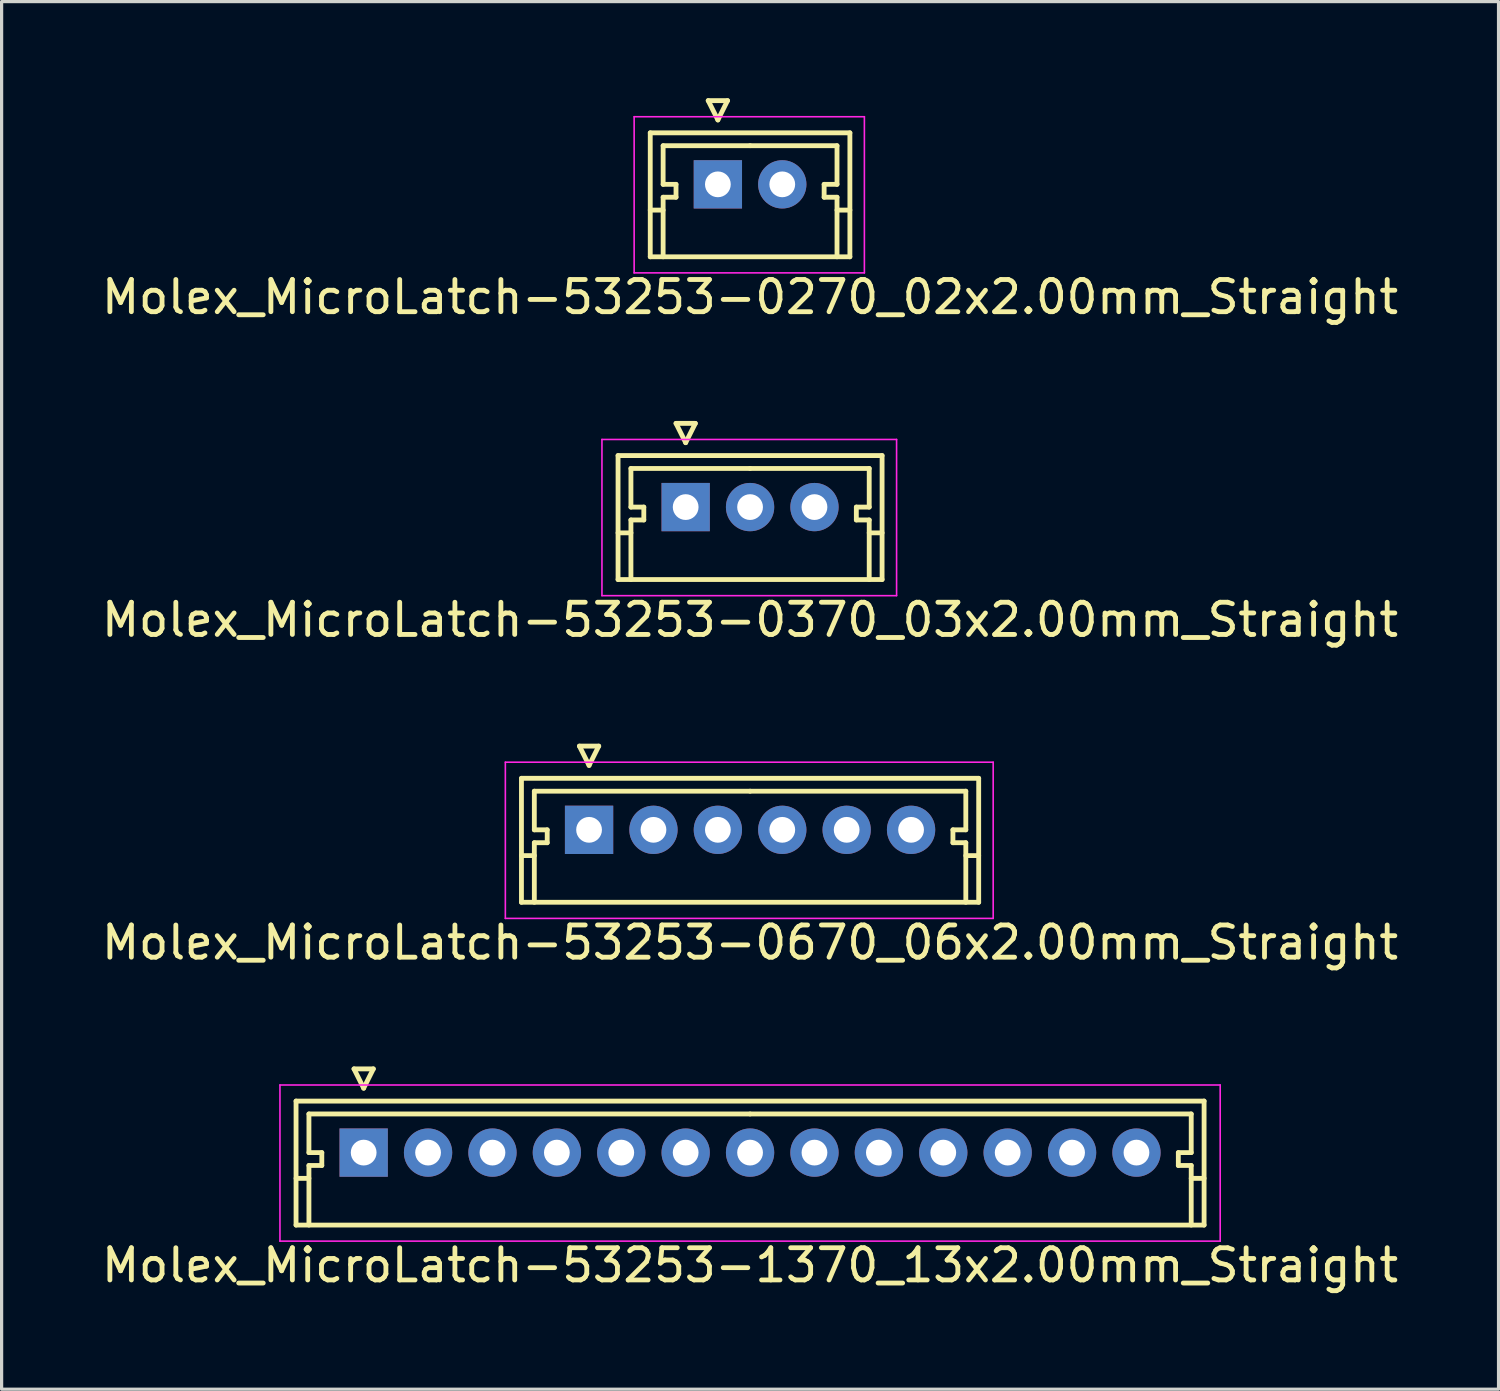
<source format=kicad_pcb>
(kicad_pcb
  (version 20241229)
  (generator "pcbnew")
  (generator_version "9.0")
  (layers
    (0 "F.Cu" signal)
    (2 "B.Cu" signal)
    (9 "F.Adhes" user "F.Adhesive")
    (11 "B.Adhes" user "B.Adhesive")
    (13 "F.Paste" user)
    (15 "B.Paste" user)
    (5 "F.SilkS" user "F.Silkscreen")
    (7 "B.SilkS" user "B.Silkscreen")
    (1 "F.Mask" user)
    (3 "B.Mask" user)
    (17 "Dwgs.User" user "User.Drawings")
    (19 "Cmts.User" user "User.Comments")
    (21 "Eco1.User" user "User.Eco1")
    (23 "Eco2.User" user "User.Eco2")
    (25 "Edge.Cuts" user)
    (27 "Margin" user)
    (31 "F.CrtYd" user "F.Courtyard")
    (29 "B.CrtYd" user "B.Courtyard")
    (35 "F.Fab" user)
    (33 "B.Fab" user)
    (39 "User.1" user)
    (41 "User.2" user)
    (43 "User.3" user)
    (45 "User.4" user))
  (footprint "Molex_MicroLatch-53253-0370_03x2.00mm_Straight"
    (layer "F.Cu")
    (at 18.244 12.698)
    (property "Reference" "Molex_MicroLatch-53253-0370_03x2.00mm_Straight" (at 2 3.5 0) (layer "F.SilkS") (effects (font (size 1 1) (thickness 0.15))))
    (attr through_hole)
    (fp_line (start -2.1 -1.6) (end -2.1 2.25) (stroke (width 0.15) (type solid)) (layer "F.SilkS"))
    (fp_line (start -2.1 0.8) (end -1.7 0.8) (stroke (width 0.15) (type solid)) (layer "F.SilkS"))
    (fp_line (start -2.1 2.25) (end 6.1 2.25) (stroke (width 0.15) (type solid)) (layer "F.SilkS"))
    (fp_line (start -1.7 -1.2) (end -1.7 0) (stroke (width 0.15) (type solid)) (layer "F.SilkS"))
    (fp_line (start -1.7 0) (end -1.3 0) (stroke (width 0.15) (type solid)) (layer "F.SilkS"))
    (fp_line (start -1.7 0.4) (end -1.7 2.25) (stroke (width 0.15) (type solid)) (layer "F.SilkS"))
    (fp_line (start -1.3 0) (end -1.3 0.4) (stroke (width 0.15) (type solid)) (layer "F.SilkS"))
    (fp_line (start -1.3 0.4) (end -1.7 0.4) (stroke (width 0.15) (type solid)) (layer "F.SilkS"))
    (fp_line (start -0.3 -2.6) (end 0.3 -2.6) (stroke (width 0.15) (type solid)) (layer "F.SilkS"))
    (fp_line (start 0 -2) (end -0.3 -2.6) (stroke (width 0.15) (type solid)) (layer "F.SilkS"))
    (fp_line (start 0.3 -2.6) (end 0 -2) (stroke (width 0.15) (type solid)) (layer "F.SilkS"))
    (fp_line (start 2 -1.2) (end -1.7 -1.2) (stroke (width 0.15) (type solid)) (layer "F.SilkS"))
    (fp_line (start 2 -1.2) (end 5.7 -1.2) (stroke (width 0.15) (type solid)) (layer "F.SilkS"))
    (fp_line (start 5.3 0) (end 5.3 0.4) (stroke (width 0.15) (type solid)) (layer "F.SilkS"))
    (fp_line (start 5.3 0.4) (end 5.7 0.4) (stroke (width 0.15) (type solid)) (layer "F.SilkS"))
    (fp_line (start 5.7 -1.2) (end 5.7 0) (stroke (width 0.15) (type solid)) (layer "F.SilkS"))
    (fp_line (start 5.7 0) (end 5.3 0) (stroke (width 0.15) (type solid)) (layer "F.SilkS"))
    (fp_line (start 5.7 0.4) (end 5.7 2.25) (stroke (width 0.15) (type solid)) (layer "F.SilkS"))
    (fp_line (start 6.1 -1.6) (end -2.1 -1.6) (stroke (width 0.15) (type solid)) (layer "F.SilkS"))
    (fp_line (start 6.1 0.8) (end 5.7 0.8) (stroke (width 0.15) (type solid)) (layer "F.SilkS"))
    (fp_line (start 6.1 2.25) (end 6.1 -1.6) (stroke (width 0.15) (type solid)) (layer "F.SilkS"))
    (fp_line (start -2.6 -2.1) (end -2.6 2.75) (stroke (width 0.05) (type solid)) (layer "F.CrtYd"))
    (fp_line (start -2.6 2.75) (end 6.55 2.75) (stroke (width 0.05) (type solid)) (layer "F.CrtYd"))
    (fp_line (start 6.55 -2.1) (end -2.6 -2.1) (stroke (width 0.05) (type solid)) (layer "F.CrtYd"))
    (fp_line (start 6.55 2.75) (end 6.55 -2.1) (stroke (width 0.05) (type solid)) (layer "F.CrtYd"))
    (pad "1" thru_hole rect (at 0 0) (size 1.5 1.5) (drill 0.8) (layers "*.Cu" "*.Mask"))
    (pad "2" thru_hole circle (at 2 0) (size 1.5 1.5) (drill 0.8) (layers "*.Cu" "*.Mask"))
    (pad "3" thru_hole circle (at 4 0) (size 1.5 1.5) (drill 0.8) (layers "*.Cu" "*.Mask")))
  (footprint "Molex_MicroLatch-53253-0670_06x2.00mm_Straight"
    (layer "F.Cu")
    (at 15.244 22.721)
    (property "Reference" "Molex_MicroLatch-53253-0670_06x2.00mm_Straight" (at 5 3.5 0) (layer "F.SilkS") (effects (font (size 1 1) (thickness 0.15))))
    (attr through_hole)
    (fp_line (start -2.1 -1.6) (end -2.1 2.25) (stroke (width 0.15) (type solid)) (layer "F.SilkS"))
    (fp_line (start -2.1 0.8) (end -1.7 0.8) (stroke (width 0.15) (type solid)) (layer "F.SilkS"))
    (fp_line (start -2.1 2.25) (end 12.1 2.25) (stroke (width 0.15) (type solid)) (layer "F.SilkS"))
    (fp_line (start -1.7 -1.2) (end -1.7 0) (stroke (width 0.15) (type solid)) (layer "F.SilkS"))
    (fp_line (start -1.7 0) (end -1.3 0) (stroke (width 0.15) (type solid)) (layer "F.SilkS"))
    (fp_line (start -1.7 0.4) (end -1.7 2.25) (stroke (width 0.15) (type solid)) (layer "F.SilkS"))
    (fp_line (start -1.3 0) (end -1.3 0.4) (stroke (width 0.15) (type solid)) (layer "F.SilkS"))
    (fp_line (start -1.3 0.4) (end -1.7 0.4) (stroke (width 0.15) (type solid)) (layer "F.SilkS"))
    (fp_line (start -0.3 -2.6) (end 0.3 -2.6) (stroke (width 0.15) (type solid)) (layer "F.SilkS"))
    (fp_line (start 0 -2) (end -0.3 -2.6) (stroke (width 0.15) (type solid)) (layer "F.SilkS"))
    (fp_line (start 0.3 -2.6) (end 0 -2) (stroke (width 0.15) (type solid)) (layer "F.SilkS"))
    (fp_line (start 5 -1.2) (end -1.7 -1.2) (stroke (width 0.15) (type solid)) (layer "F.SilkS"))
    (fp_line (start 5 -1.2) (end 11.7 -1.2) (stroke (width 0.15) (type solid)) (layer "F.SilkS"))
    (fp_line (start 11.3 0) (end 11.3 0.4) (stroke (width 0.15) (type solid)) (layer "F.SilkS"))
    (fp_line (start 11.3 0.4) (end 11.7 0.4) (stroke (width 0.15) (type solid)) (layer "F.SilkS"))
    (fp_line (start 11.7 -1.2) (end 11.7 0) (stroke (width 0.15) (type solid)) (layer "F.SilkS"))
    (fp_line (start 11.7 0) (end 11.3 0) (stroke (width 0.15) (type solid)) (layer "F.SilkS"))
    (fp_line (start 11.7 0.4) (end 11.7 2.25) (stroke (width 0.15) (type solid)) (layer "F.SilkS"))
    (fp_line (start 12.1 -1.6) (end -2.1 -1.6) (stroke (width 0.15) (type solid)) (layer "F.SilkS"))
    (fp_line (start 12.1 0.8) (end 11.7 0.8) (stroke (width 0.15) (type solid)) (layer "F.SilkS"))
    (fp_line (start 12.1 2.25) (end 12.1 -1.6) (stroke (width 0.15) (type solid)) (layer "F.SilkS"))
    (fp_line (start -2.6 -2.1) (end -2.6 2.75) (stroke (width 0.05) (type solid)) (layer "F.CrtYd"))
    (fp_line (start -2.6 2.75) (end 12.55 2.75) (stroke (width 0.05) (type solid)) (layer "F.CrtYd"))
    (fp_line (start 12.55 -2.1) (end -2.6 -2.1) (stroke (width 0.05) (type solid)) (layer "F.CrtYd"))
    (fp_line (start 12.55 2.75) (end 12.55 -2.1) (stroke (width 0.05) (type solid)) (layer "F.CrtYd"))
    (pad "1" thru_hole rect (at 0 0) (size 1.5 1.5) (drill 0.8) (layers "*.Cu" "*.Mask"))
    (pad "2" thru_hole circle (at 2 0) (size 1.5 1.5) (drill 0.8) (layers "*.Cu" "*.Mask"))
    (pad "3" thru_hole circle (at 4 0) (size 1.5 1.5) (drill 0.8) (layers "*.Cu" "*.Mask"))
    (pad "4" thru_hole circle (at 6 0) (size 1.5 1.5) (drill 0.8) (layers "*.Cu" "*.Mask"))
    (pad "5" thru_hole circle (at 8 0) (size 1.5 1.5) (drill 0.8) (layers "*.Cu" "*.Mask"))
    (pad "6" thru_hole circle (at 10 0) (size 1.5 1.5) (drill 0.8) (layers "*.Cu" "*.Mask")))
  (footprint "Molex_MicroLatch-53253-1370_13x2.00mm_Straight"
    (layer "F.Cu")
    (at 8.244 32.745)
    (property "Reference" "Molex_MicroLatch-53253-1370_13x2.00mm_Straight" (at 12 3.5 0) (layer "F.SilkS") (effects (font (size 1 1) (thickness 0.15))))
    (attr through_hole)
    (fp_line (start -2.1 -1.6) (end -2.1 2.25) (stroke (width 0.15) (type solid)) (layer "F.SilkS"))
    (fp_line (start -2.1 0.8) (end -1.7 0.8) (stroke (width 0.15) (type solid)) (layer "F.SilkS"))
    (fp_line (start -2.1 2.25) (end 26.1 2.25) (stroke (width 0.15) (type solid)) (layer "F.SilkS"))
    (fp_line (start -1.7 -1.2) (end -1.7 0) (stroke (width 0.15) (type solid)) (layer "F.SilkS"))
    (fp_line (start -1.7 0) (end -1.3 0) (stroke (width 0.15) (type solid)) (layer "F.SilkS"))
    (fp_line (start -1.7 0.4) (end -1.7 2.25) (stroke (width 0.15) (type solid)) (layer "F.SilkS"))
    (fp_line (start -1.3 0) (end -1.3 0.4) (stroke (width 0.15) (type solid)) (layer "F.SilkS"))
    (fp_line (start -1.3 0.4) (end -1.7 0.4) (stroke (width 0.15) (type solid)) (layer "F.SilkS"))
    (fp_line (start -0.3 -2.6) (end 0.3 -2.6) (stroke (width 0.15) (type solid)) (layer "F.SilkS"))
    (fp_line (start 0 -2) (end -0.3 -2.6) (stroke (width 0.15) (type solid)) (layer "F.SilkS"))
    (fp_line (start 0.3 -2.6) (end 0 -2) (stroke (width 0.15) (type solid)) (layer "F.SilkS"))
    (fp_line (start 12 -1.2) (end -1.7 -1.2) (stroke (width 0.15) (type solid)) (layer "F.SilkS"))
    (fp_line (start 12 -1.2) (end 25.7 -1.2) (stroke (width 0.15) (type solid)) (layer "F.SilkS"))
    (fp_line (start 25.3 0) (end 25.3 0.4) (stroke (width 0.15) (type solid)) (layer "F.SilkS"))
    (fp_line (start 25.3 0.4) (end 25.7 0.4) (stroke (width 0.15) (type solid)) (layer "F.SilkS"))
    (fp_line (start 25.7 -1.2) (end 25.7 0) (stroke (width 0.15) (type solid)) (layer "F.SilkS"))
    (fp_line (start 25.7 0) (end 25.3 0) (stroke (width 0.15) (type solid)) (layer "F.SilkS"))
    (fp_line (start 25.7 0.4) (end 25.7 2.25) (stroke (width 0.15) (type solid)) (layer "F.SilkS"))
    (fp_line (start 26.1 -1.6) (end -2.1 -1.6) (stroke (width 0.15) (type solid)) (layer "F.SilkS"))
    (fp_line (start 26.1 0.8) (end 25.7 0.8) (stroke (width 0.15) (type solid)) (layer "F.SilkS"))
    (fp_line (start 26.1 2.25) (end 26.1 -1.6) (stroke (width 0.15) (type solid)) (layer "F.SilkS"))
    (fp_line (start -2.6 -2.1) (end -2.6 2.75) (stroke (width 0.05) (type solid)) (layer "F.CrtYd"))
    (fp_line (start -2.6 2.75) (end 26.6 2.75) (stroke (width 0.05) (type solid)) (layer "F.CrtYd"))
    (fp_line (start 26.6 -2.1) (end -2.6 -2.1) (stroke (width 0.05) (type solid)) (layer "F.CrtYd"))
    (fp_line (start 26.6 2.75) (end 26.6 -2.1) (stroke (width 0.05) (type solid)) (layer "F.CrtYd"))
    (pad "1" thru_hole rect (at 0 0) (size 1.5 1.5) (drill 0.8) (layers "*.Cu" "*.Mask"))
    (pad "2" thru_hole circle (at 2 0) (size 1.5 1.5) (drill 0.8) (layers "*.Cu" "*.Mask"))
    (pad "3" thru_hole circle (at 4 0) (size 1.5 1.5) (drill 0.8) (layers "*.Cu" "*.Mask"))
    (pad "4" thru_hole circle (at 6 0) (size 1.5 1.5) (drill 0.8) (layers "*.Cu" "*.Mask"))
    (pad "5" thru_hole circle (at 8 0) (size 1.5 1.5) (drill 0.8) (layers "*.Cu" "*.Mask"))
    (pad "6" thru_hole circle (at 10 0) (size 1.5 1.5) (drill 0.8) (layers "*.Cu" "*.Mask"))
    (pad "7" thru_hole circle (at 12 0) (size 1.5 1.5) (drill 0.8) (layers "*.Cu" "*.Mask"))
    (pad "8" thru_hole circle (at 14 0) (size 1.5 1.5) (drill 0.8) (layers "*.Cu" "*.Mask"))
    (pad "9" thru_hole circle (at 16 0) (size 1.5 1.5) (drill 0.8) (layers "*.Cu" "*.Mask"))
    (pad "10" thru_hole circle (at 18 0) (size 1.5 1.5) (drill 0.8) (layers "*.Cu" "*.Mask"))
    (pad "11" thru_hole circle (at 20 0) (size 1.5 1.5) (drill 0.8) (layers "*.Cu" "*.Mask"))
    (pad "12" thru_hole circle (at 22 0) (size 1.5 1.5) (drill 0.8) (layers "*.Cu" "*.Mask"))
    (pad "13" thru_hole circle (at 24 0) (size 1.5 1.5) (drill 0.8) (layers "*.Cu" "*.Mask")))
  (footprint "Molex_MicroLatch-53253-0270_02x2.00mm_Straight"
    (layer "F.Cu")
    (at 19.244 2.675)
    (property "Reference" "Molex_MicroLatch-53253-0270_02x2.00mm_Straight" (at 1 3.5 0) (layer "F.SilkS") (effects (font (size 1 1) (thickness 0.15))))
    (attr through_hole)
    (fp_line (start -2.1 -1.6) (end -2.1 2.25) (stroke (width 0.15) (type solid)) (layer "F.SilkS"))
    (fp_line (start -2.1 0.8) (end -1.7 0.8) (stroke (width 0.15) (type solid)) (layer "F.SilkS"))
    (fp_line (start -2.1 2.25) (end 4.1 2.25) (stroke (width 0.15) (type solid)) (layer "F.SilkS"))
    (fp_line (start -1.7 -1.2) (end -1.7 0) (stroke (width 0.15) (type solid)) (layer "F.SilkS"))
    (fp_line (start -1.7 0) (end -1.3 0) (stroke (width 0.15) (type solid)) (layer "F.SilkS"))
    (fp_line (start -1.7 0.4) (end -1.7 2.25) (stroke (width 0.15) (type solid)) (layer "F.SilkS"))
    (fp_line (start -1.3 0) (end -1.3 0.4) (stroke (width 0.15) (type solid)) (layer "F.SilkS"))
    (fp_line (start -1.3 0.4) (end -1.7 0.4) (stroke (width 0.15) (type solid)) (layer "F.SilkS"))
    (fp_line (start -0.3 -2.6) (end 0.3 -2.6) (stroke (width 0.15) (type solid)) (layer "F.SilkS"))
    (fp_line (start 0 -2) (end -0.3 -2.6) (stroke (width 0.15) (type solid)) (layer "F.SilkS"))
    (fp_line (start 0.3 -2.6) (end 0 -2) (stroke (width 0.15) (type solid)) (layer "F.SilkS"))
    (fp_line (start 1 -1.2) (end -1.7 -1.2) (stroke (width 0.15) (type solid)) (layer "F.SilkS"))
    (fp_line (start 1 -1.2) (end 3.7 -1.2) (stroke (width 0.15) (type solid)) (layer "F.SilkS"))
    (fp_line (start 3.3 0) (end 3.3 0.4) (stroke (width 0.15) (type solid)) (layer "F.SilkS"))
    (fp_line (start 3.3 0.4) (end 3.7 0.4) (stroke (width 0.15) (type solid)) (layer "F.SilkS"))
    (fp_line (start 3.7 -1.2) (end 3.7 0) (stroke (width 0.15) (type solid)) (layer "F.SilkS"))
    (fp_line (start 3.7 0) (end 3.3 0) (stroke (width 0.15) (type solid)) (layer "F.SilkS"))
    (fp_line (start 3.7 0.4) (end 3.7 2.25) (stroke (width 0.15) (type solid)) (layer "F.SilkS"))
    (fp_line (start 4.1 -1.6) (end -2.1 -1.6) (stroke (width 0.15) (type solid)) (layer "F.SilkS"))
    (fp_line (start 4.1 0.8) (end 3.7 0.8) (stroke (width 0.15) (type solid)) (layer "F.SilkS"))
    (fp_line (start 4.1 2.25) (end 4.1 -1.6) (stroke (width 0.15) (type solid)) (layer "F.SilkS"))
    (fp_line (start -2.6 -2.1) (end -2.6 2.75) (stroke (width 0.05) (type solid)) (layer "F.CrtYd"))
    (fp_line (start -2.6 2.75) (end 4.55 2.75) (stroke (width 0.05) (type solid)) (layer "F.CrtYd"))
    (fp_line (start 4.55 -2.1) (end -2.6 -2.1) (stroke (width 0.05) (type solid)) (layer "F.CrtYd"))
    (fp_line (start 4.55 2.75) (end 4.55 -2.1) (stroke (width 0.05) (type solid)) (layer "F.CrtYd"))
    (pad "1" thru_hole rect (at 0 0) (size 1.5 1.5) (drill 0.8) (layers "*.Cu" "*.Mask"))
    (pad "2" thru_hole circle (at 2 0) (size 1.5 1.5) (drill 0.8) (layers "*.Cu" "*.Mask")))
  (gr_rect
    (start -3 -3)
    (end 43.488 40.093)
    (stroke (width 0.1) (type default))
    (fill no)
    (layer "Edge.Cuts")))
</source>
